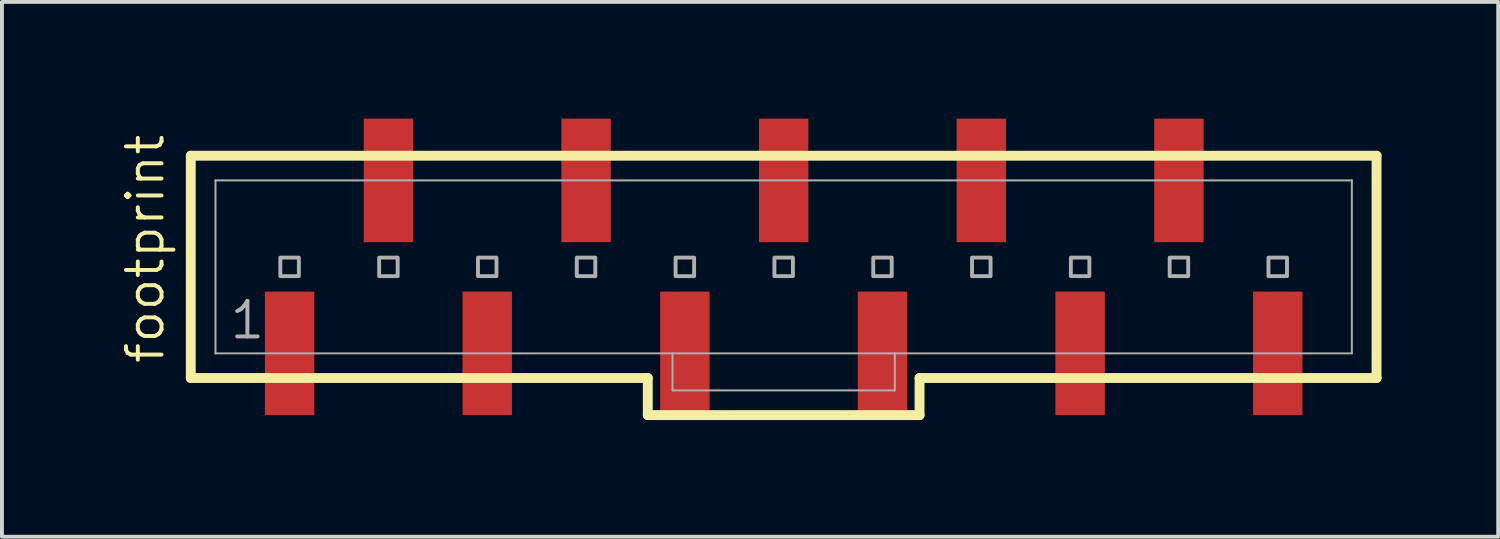
<source format=kicad_pcb>
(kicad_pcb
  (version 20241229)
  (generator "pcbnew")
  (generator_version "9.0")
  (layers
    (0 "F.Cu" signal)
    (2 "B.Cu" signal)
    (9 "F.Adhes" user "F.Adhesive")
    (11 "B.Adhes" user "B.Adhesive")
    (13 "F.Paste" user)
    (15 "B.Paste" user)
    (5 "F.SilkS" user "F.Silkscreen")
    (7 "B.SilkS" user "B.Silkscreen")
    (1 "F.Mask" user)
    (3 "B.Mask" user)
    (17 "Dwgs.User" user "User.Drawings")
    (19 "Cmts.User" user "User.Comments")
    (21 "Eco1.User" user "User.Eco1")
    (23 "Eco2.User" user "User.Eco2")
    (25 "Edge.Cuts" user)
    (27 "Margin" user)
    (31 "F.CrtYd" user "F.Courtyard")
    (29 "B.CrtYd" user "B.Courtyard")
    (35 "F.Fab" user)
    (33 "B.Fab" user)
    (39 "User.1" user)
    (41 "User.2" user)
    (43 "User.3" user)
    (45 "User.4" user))
  (footprint "footprint"
    (layer "F.Cu")
    (at 17.094 3.81)
    (property "Reference" "footprint" (at -15.875 2.54 90) (layer "F.SilkS") (effects (font (size 0.914 0.914) (thickness 0.102)) (justify left bottom)))
    (fp_line (start -15.24 -2.857) (end -15.24 2.857) (stroke (width 0.254) (type solid)) (layer "F.SilkS"))
    (fp_line (start -15.24 2.857) (end -3.493 2.857) (stroke (width 0.254) (type solid)) (layer "F.SilkS"))
    (fp_line (start -3.493 2.857) (end -3.493 3.81) (stroke (width 0.254) (type solid)) (layer "F.SilkS"))
    (fp_line (start -3.493 3.81) (end 3.493 3.81) (stroke (width 0.254) (type solid)) (layer "F.SilkS"))
    (fp_line (start 3.493 2.857) (end 15.24 2.857) (stroke (width 0.254) (type solid)) (layer "F.SilkS"))
    (fp_line (start 3.493 3.81) (end 3.493 2.857) (stroke (width 0.254) (type solid)) (layer "F.SilkS"))
    (fp_line (start 15.24 -2.857) (end -15.24 -2.857) (stroke (width 0.254) (type solid)) (layer "F.SilkS"))
    (fp_line (start 15.24 2.857) (end 15.24 -2.857) (stroke (width 0.254) (type solid)) (layer "F.SilkS"))
    (fp_line (start -14.605 -2.223) (end -14.605 2.223) (stroke (width 0.051) (type solid)) (layer "F.Fab"))
    (fp_line (start -14.605 -2.223) (end 14.605 -2.223) (stroke (width 0.051) (type solid)) (layer "F.Fab"))
    (fp_line (start -14.605 2.223) (end -2.857 2.223) (stroke (width 0.051) (type solid)) (layer "F.Fab"))
    (fp_line (start -2.857 2.223) (end -2.857 3.175) (stroke (width 0.051) (type solid)) (layer "F.Fab"))
    (fp_line (start -2.857 2.223) (end 2.857 2.223) (stroke (width 0.051) (type solid)) (layer "F.Fab"))
    (fp_line (start 2.857 2.223) (end 2.857 3.175) (stroke (width 0.051) (type solid)) (layer "F.Fab"))
    (fp_line (start 2.857 2.223) (end 14.605 2.223) (stroke (width 0.051) (type solid)) (layer "F.Fab"))
    (fp_line (start 2.857 3.175) (end -2.857 3.175) (stroke (width 0.051) (type solid)) (layer "F.Fab"))
    (fp_line (start 14.605 -2.223) (end 14.605 2.223) (stroke (width 0.051) (type solid)) (layer "F.Fab"))
    (fp_poly (pts (xy -12.938 0.238) (xy -12.462 0.238) (xy -12.462 -0.238) (xy -12.938 -0.238)) (stroke (width 0.1) (type solid)) (fill no) (layer "F.Fab"))
    (fp_poly (pts (xy -10.398 0.238) (xy -9.922 0.238) (xy -9.922 -0.238) (xy -10.398 -0.238)) (stroke (width 0.1) (type solid)) (fill no) (layer "F.Fab"))
    (fp_poly (pts (xy -7.858 0.238) (xy -7.382 0.238) (xy -7.382 -0.238) (xy -7.858 -0.238)) (stroke (width 0.1) (type solid)) (fill no) (layer "F.Fab"))
    (fp_poly (pts (xy -5.318 0.238) (xy -4.842 0.238) (xy -4.842 -0.238) (xy -5.318 -0.238)) (stroke (width 0.1) (type solid)) (fill no) (layer "F.Fab"))
    (fp_poly (pts (xy -2.778 0.238) (xy -2.302 0.238) (xy -2.302 -0.238) (xy -2.778 -0.238)) (stroke (width 0.1) (type solid)) (fill no) (layer "F.Fab"))
    (fp_poly (pts (xy -0.238 0.238) (xy 0.238 0.238) (xy 0.238 -0.238) (xy -0.238 -0.238)) (stroke (width 0.1) (type solid)) (fill no) (layer "F.Fab"))
    (fp_poly (pts (xy 2.302 0.238) (xy 2.778 0.238) (xy 2.778 -0.238) (xy 2.302 -0.238)) (stroke (width 0.1) (type solid)) (fill no) (layer "F.Fab"))
    (fp_poly (pts (xy 4.842 0.238) (xy 5.318 0.238) (xy 5.318 -0.238) (xy 4.842 -0.238)) (stroke (width 0.1) (type solid)) (fill no) (layer "F.Fab"))
    (fp_poly (pts (xy 7.382 0.238) (xy 7.858 0.238) (xy 7.858 -0.238) (xy 7.382 -0.238)) (stroke (width 0.1) (type solid)) (fill no) (layer "F.Fab"))
    (fp_poly (pts (xy 9.922 0.238) (xy 10.398 0.238) (xy 10.398 -0.238) (xy 9.922 -0.238)) (stroke (width 0.1) (type solid)) (fill no) (layer "F.Fab"))
    (fp_poly (pts (xy 12.462 0.238) (xy 12.938 0.238) (xy 12.938 -0.238) (xy 12.462 -0.238)) (stroke (width 0.1) (type solid)) (fill no) (layer "F.Fab"))
    (fp_text user "1" (at -14.287 1.905 0) (layer "F.Fab") (effects (font (size 0.914 0.914) (thickness 0.102)) (justify left bottom)))
    (pad "1" smd rect (at -12.7 2.223 270) (size 3.175 1.27) (layers "F.Cu" "F.Mask" "F.Paste"))
    (pad "2" smd rect (at -10.16 -2.223 270) (size 3.175 1.27) (layers "F.Cu" "F.Mask" "F.Paste"))
    (pad "3" smd rect (at -7.62 2.223 270) (size 3.175 1.27) (layers "F.Cu" "F.Mask" "F.Paste"))
    (pad "4" smd rect (at -5.08 -2.223 270) (size 3.175 1.27) (layers "F.Cu" "F.Mask" "F.Paste"))
    (pad "5" smd rect (at -2.54 2.223 270) (size 3.175 1.27) (layers "F.Cu" "F.Mask" "F.Paste"))
    (pad "6" smd rect (at 0 -2.223 270) (size 3.175 1.27) (layers "F.Cu" "F.Mask" "F.Paste"))
    (pad "7" smd rect (at 2.54 2.223 270) (size 3.175 1.27) (layers "F.Cu" "F.Mask" "F.Paste"))
    (pad "8" smd rect (at 5.08 -2.223 270) (size 3.175 1.27) (layers "F.Cu" "F.Mask" "F.Paste"))
    (pad "9" smd rect (at 7.62 2.223 270) (size 3.175 1.27) (layers "F.Cu" "F.Mask" "F.Paste"))
    (pad "10" smd rect (at 10.16 -2.223 270) (size 3.175 1.27) (layers "F.Cu" "F.Mask" "F.Paste"))
    (pad "11" smd rect (at 12.7 2.223 270) (size 3.175 1.27) (layers "F.Cu" "F.Mask" "F.Paste")))
  (gr_rect
    (start -3 -3)
    (end 35.461 10.747)
    (stroke (width 0.1) (type default))
    (fill no)
    (layer "Edge.Cuts")))
</source>
